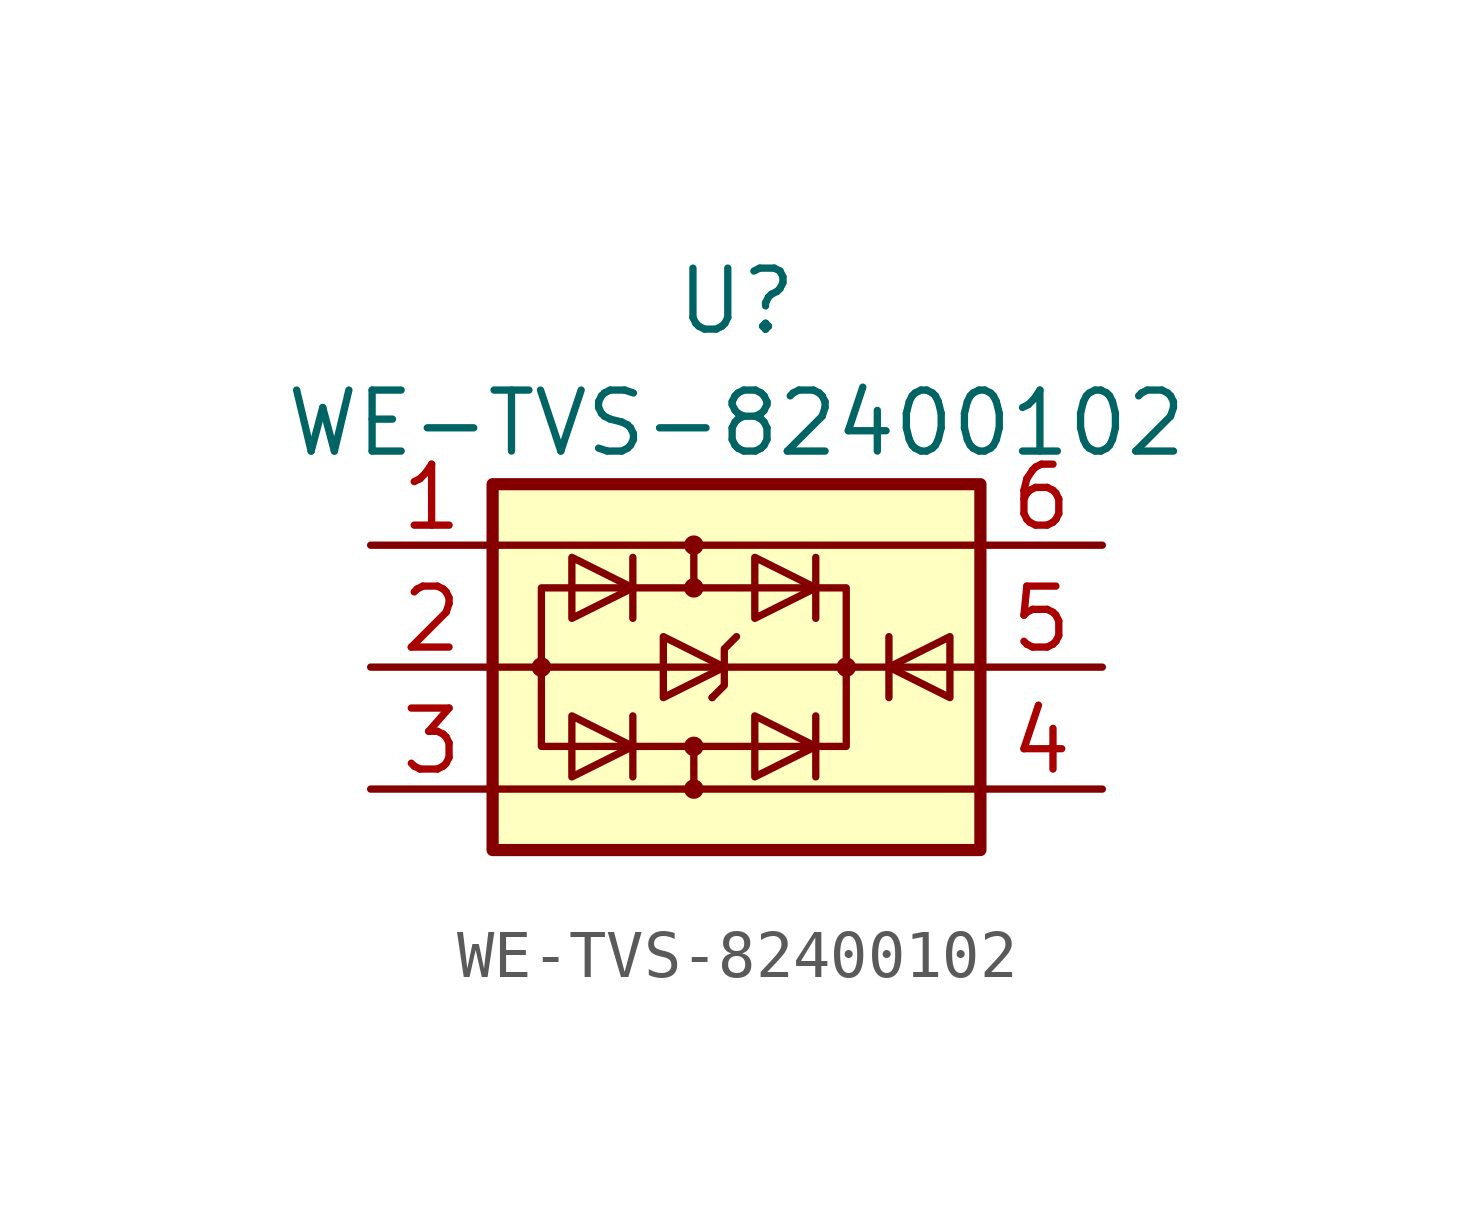
<source format=kicad_sym>
(kicad_symbol_lib
  (version 20220914)
  (generator kicad_symbol_editor)
  (symbol "WE-TVS-82400102"
    (property "Reference" "U"
      (at 0 7.62 0)
      (effects (font (size 1.27 1.27))))
    (property "Value" "WE-TVS-82400102"
      (at 0 5.08 0)
      (effects (font (size 1.27 1.27))))
    (symbol "WE-TVS-82400102_0_1"
      (circle (center -4.064 0) (radius 0.127) (stroke (width 0) (type default)) (fill (type none)))
      (rectangle (start -4.064 1.651) (end 2.286 -1.651) (stroke (width 0) (type default)) (fill (type none)))
      (circle (center -0.889 -2.54) (radius 0.127) (stroke (width 0) (type default)) (fill (type none)))
      (circle (center -0.889 -1.651) (radius 0.127) (stroke (width 0) (type default)) (fill (type none)))
      (circle (center -0.889 1.651) (radius 0.127) (stroke (width 0) (type default)) (fill (type none)))
      (circle (center -0.889 2.54) (radius 0.127) (stroke (width 0) (type default)) (fill (type none)))
      (polyline (pts (xy -5.08 -2.54) (xy 5.08 -2.54)) (stroke (width 0) (type default)) (fill (type none)))
      (polyline (pts (xy -5.08 2.54) (xy 5.08 2.54)) (stroke (width 0) (type default)) (fill (type none)))
      (polyline (pts (xy -4.064 0) (xy -5.08 0)) (stroke (width 0) (type default)) (fill (type none)))
      (polyline (pts (xy -4.064 0) (xy 2.286 0)) (stroke (width 0) (type default)) (fill (type outline)))
      (polyline (pts (xy -2.159 -1.016) (xy -2.159 -2.286)) (stroke (width 0) (type default)) (fill (type none)))
      (polyline (pts (xy -2.159 2.286) (xy -2.159 1.016)) (stroke (width 0) (type default)) (fill (type none)))
      (polyline (pts (xy -0.889 -1.651) (xy -0.889 -2.413)) (stroke (width 0) (type default)) (fill (type none)))
      (polyline (pts (xy -0.889 1.651) (xy -0.889 2.54)) (stroke (width 0) (type default)) (fill (type none)))
      (polyline (pts (xy -0.508 -0.635) (xy -0.508 -0.635)) (stroke (width 0) (type default)) (fill (type none)))
      (polyline (pts (xy 1.651 -1.016) (xy 1.651 -2.286)) (stroke (width 0) (type default)) (fill (type none)))
      (polyline (pts (xy 1.651 2.286) (xy 1.651 1.016)) (stroke (width 0) (type default)) (fill (type none)))
      (polyline (pts (xy 2.286 0) (xy 5.08 0)) (stroke (width 0) (type default)) (fill (type none)))
      (polyline (pts (xy -3.429 -1.016) (xy -3.429 -2.286) (xy -2.159 -1.651) (xy -3.429 -1.016)) (stroke (width 0) (type default)) (fill (type none)))
      (polyline (pts (xy -3.429 1.016) (xy -3.429 2.286) (xy -2.159 1.651) (xy -3.429 1.016)) (stroke (width 0) (type default)) (fill (type none)))
      (polyline (pts (xy 0 0.635) (xy -0.254 0.381) (xy -0.254 -0.381) (xy -0.508 -0.635)) (stroke (width 0) (type default)) (fill (type none)))
      (polyline (pts (xy 0.381 -1.016) (xy 0.381 -2.286) (xy 1.651 -1.651) (xy 0.381 -1.016)) (stroke (width 0) (type default)) (fill (type none)))
      (polyline (pts (xy 0.381 1.016) (xy 0.381 2.286) (xy 1.651 1.651) (xy 0.381 1.016)) (stroke (width 0) (type default)) (fill (type none)))
      (circle (center 2.286 0) (radius 0.127) (stroke (width 0) (type default)) (fill (type none))))
    (symbol "WE-TVS-82400102_1_1"
      (rectangle (start -5.08 3.81) (end 5.08 -3.81) (stroke (width 0.254) (type default)) (fill (type background)))
      (polyline (pts (xy 3.175 0.635) (xy 3.175 -0.635)) (stroke (width 0) (type default)) (fill (type none)))
      (polyline (pts (xy -1.524 0.635) (xy -1.524 -0.635) (xy -0.254 0) (xy -1.524 0.635)) (stroke (width 0) (type default)) (fill (type none)))
      (polyline (pts (xy 4.445 0.635) (xy 4.445 -0.635) (xy 3.175 0) (xy 4.445 0.635)) (stroke (width 0) (type default)) (fill (type none)))
      (pin passive line (at -7.62 2.54 0) (length 2.54) (name "~" (effects (font (size 1.27 1.27)))) (number "1" (effects (font (size 1.27 1.27)))))
      (pin passive line (at -7.62 0 0) (length 2.54) (name "~" (effects (font (size 1.27 1.27)))) (number "2" (effects (font (size 1.27 1.27)))))
      (pin passive line (at -7.62 -2.54 0) (length 2.54) (name "~" (effects (font (size 1.27 1.27)))) (number "3" (effects (font (size 1.27 1.27)))))
      (pin passive line (at 7.62 -2.54 180) (length 2.54) (name "~" (effects (font (size 1.27 1.27)))) (number "4" (effects (font (size 1.27 1.27)))))
      (pin passive line (at 7.62 0 180) (length 2.54) (name "~" (effects (font (size 1.27 1.27)))) (number "5" (effects (font (size 1.27 1.27)))))
      (pin passive line (at 7.62 2.54 180) (length 2.54) (name "~" (effects (font (size 1.27 1.27)))) (number "6" (effects (font (size 1.27 1.27))))))))
</source>
